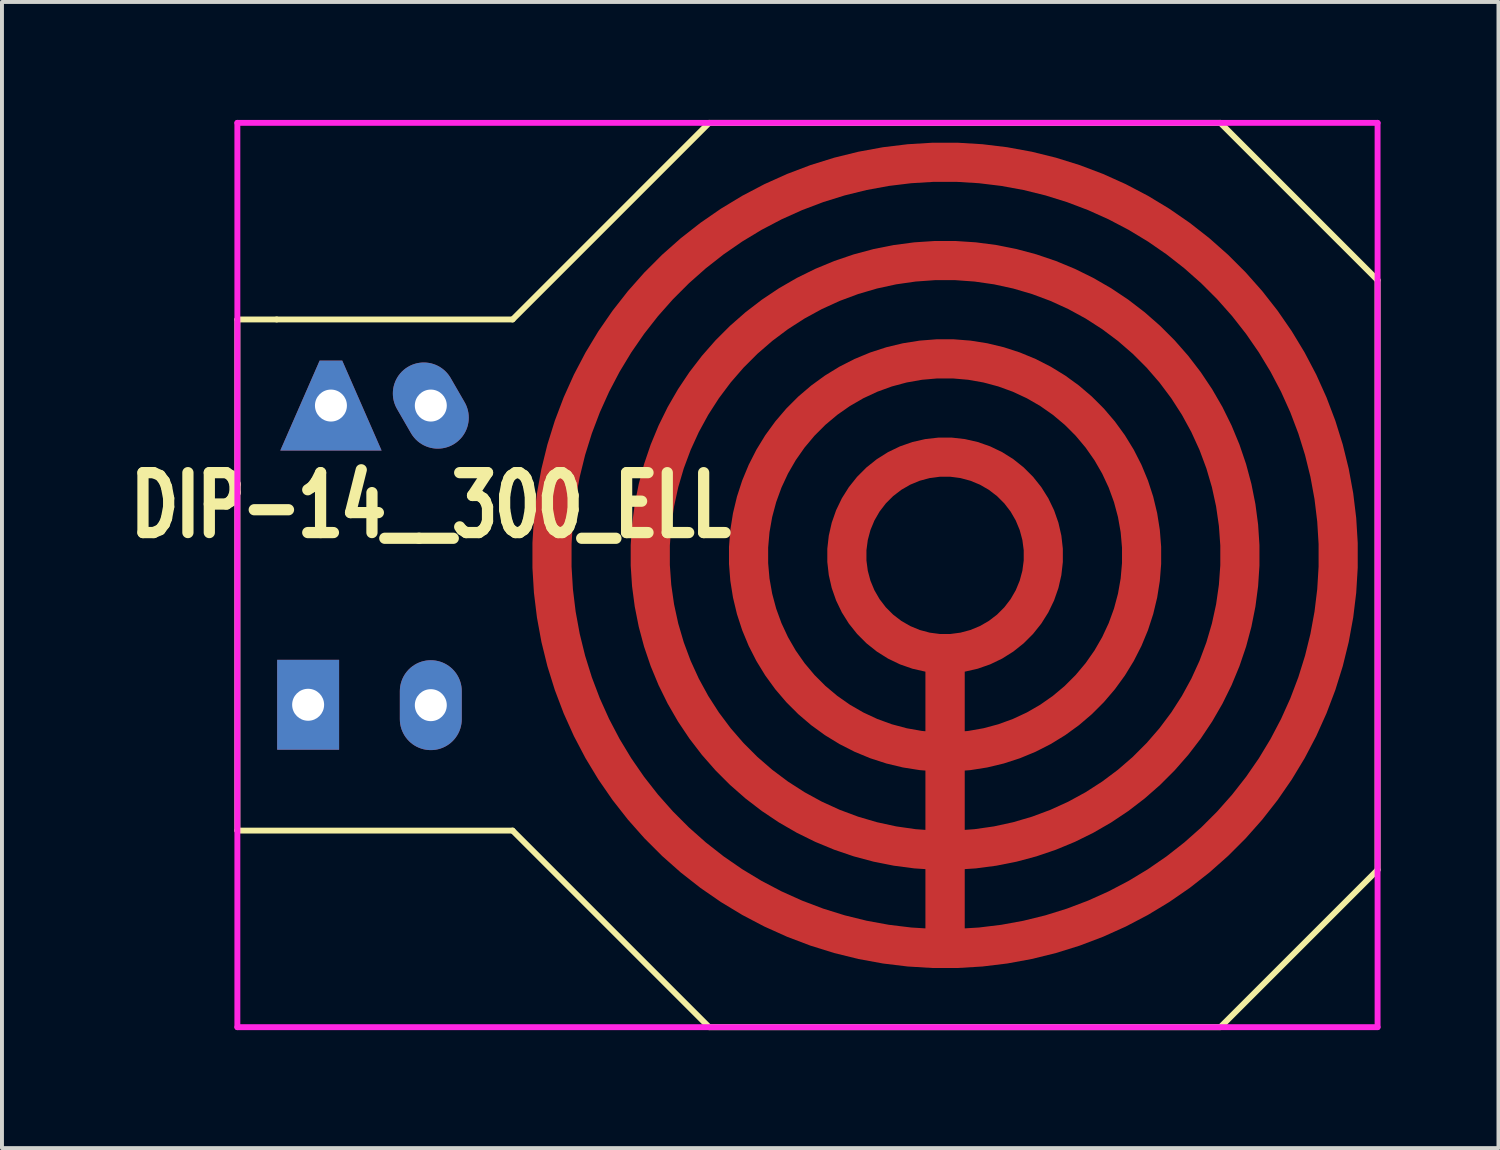
<source format=kicad_pcb>
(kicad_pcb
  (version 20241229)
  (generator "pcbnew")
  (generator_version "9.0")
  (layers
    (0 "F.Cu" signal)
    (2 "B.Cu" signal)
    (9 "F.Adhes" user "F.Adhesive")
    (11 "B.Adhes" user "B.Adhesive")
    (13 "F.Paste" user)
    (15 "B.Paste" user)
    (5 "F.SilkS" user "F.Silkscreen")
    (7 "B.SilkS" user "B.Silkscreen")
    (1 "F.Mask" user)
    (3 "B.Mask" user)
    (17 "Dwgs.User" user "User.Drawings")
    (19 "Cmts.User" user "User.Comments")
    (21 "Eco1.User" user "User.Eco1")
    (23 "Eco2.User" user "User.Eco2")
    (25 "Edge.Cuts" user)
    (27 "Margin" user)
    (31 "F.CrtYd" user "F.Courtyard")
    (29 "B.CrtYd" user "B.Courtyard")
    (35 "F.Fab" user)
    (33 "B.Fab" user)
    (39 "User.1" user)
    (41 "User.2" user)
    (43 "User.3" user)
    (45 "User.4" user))
  (footprint "DIP-14__300_ELL"
    (layer "F.Cu")
    (at 12.987 11.075)
    (property "Reference" "DIP-14__300_ELL" (at -5.08 -1.27 0) (layer "F.SilkS") (effects (font (size 1.524 1.143) (thickness 0.305))))
    (attr through_hole board_only)
    (fp_line (start -10 -6) (end -9 -6) (stroke (width 0.15) (type solid)) (layer "F.SilkS"))
    (fp_line (start -10 7) (end -10 -6) (stroke (width 0.15) (type solid)) (layer "F.SilkS"))
    (fp_line (start -9 -6) (end -3 -6) (stroke (width 0.15) (type solid)) (layer "F.SilkS"))
    (fp_line (start -3 -6) (end 2 -11) (stroke (width 0.15) (type solid)) (layer "F.SilkS"))
    (fp_line (start -3 7) (end -10 7) (stroke (width 0.15) (type solid)) (layer "F.SilkS"))
    (fp_line (start 2 -11) (end 15 -11) (stroke (width 0.15) (type solid)) (layer "F.SilkS"))
    (fp_line (start 2 12) (end -3 7) (stroke (width 0.15) (type solid)) (layer "F.SilkS"))
    (fp_line (start 15 -11) (end 19 -7) (stroke (width 0.15) (type solid)) (layer "F.SilkS"))
    (fp_line (start 15 12) (end 2 12) (stroke (width 0.15) (type solid)) (layer "F.SilkS"))
    (fp_line (start 19 -7) (end 19 8) (stroke (width 0.15) (type solid)) (layer "F.SilkS"))
    (fp_line (start 19 8) (end 15 12) (stroke (width 0.15) (type solid)) (layer "F.SilkS"))
    (fp_line (start -10 -11) (end 19 -11) (stroke (width 0.15) (type solid)) (layer "F.CrtYd"))
    (fp_line (start -10 12) (end -10 -11) (stroke (width 0.15) (type solid)) (layer "F.CrtYd"))
    (fp_line (start 19 -11) (end 19 12) (stroke (width 0.15) (type solid)) (layer "F.CrtYd"))
    (fp_line (start 19 12) (end -10 12) (stroke (width 0.15) (type solid)) (layer "F.CrtYd"))
    (pad "1" thru_hole rect (at -8.2 3.8) (size 1.575 2.286) (drill 0.813) (layers "*.Cu" "*.Mask"))
    (pad "2" thru_hole oval (at -5.08 3.81) (size 1.575 2.286) (drill 0.813) (layers "*.Cu" "*.Mask"))
    (pad "3" thru_hole trapezoid (at -7.62 -3.81) (size 1.575 2.286) (rect_delta 0 1) (drill 0.813) (layers "*.Cu" "*.Mask"))
    (pad "4" thru_hole oval (at -5.08 -3.81 30) (size 1.575 2.286) (drill 0.813) (layers "*.Cu" "*.Mask"))
    (pad "5" connect custom (at 8 10) (size 1 1) (layers "F.Cu" "F.Mask") (options (anchor circle)) (primitives (gr_circle (center 0 -10) (end 2.5 -10) (width 1) (fill no)) (gr_circle (center 0 -10) (end 5 -10) (width 1) (fill no)) (gr_circle (center 0 -10) (end 7.5 -10) (width 1) (fill no)) (gr_circle (center 0 -10) (end 10 -10) (width 1) (fill no)) (gr_line (start 0 0) (end 0 -7.5) (width 1)))))
  (gr_rect
    (start -3 -3)
    (end 35.062 26.15)
    (stroke (width 0.1) (type default))
    (fill no)
    (layer "Edge.Cuts")))
</source>
